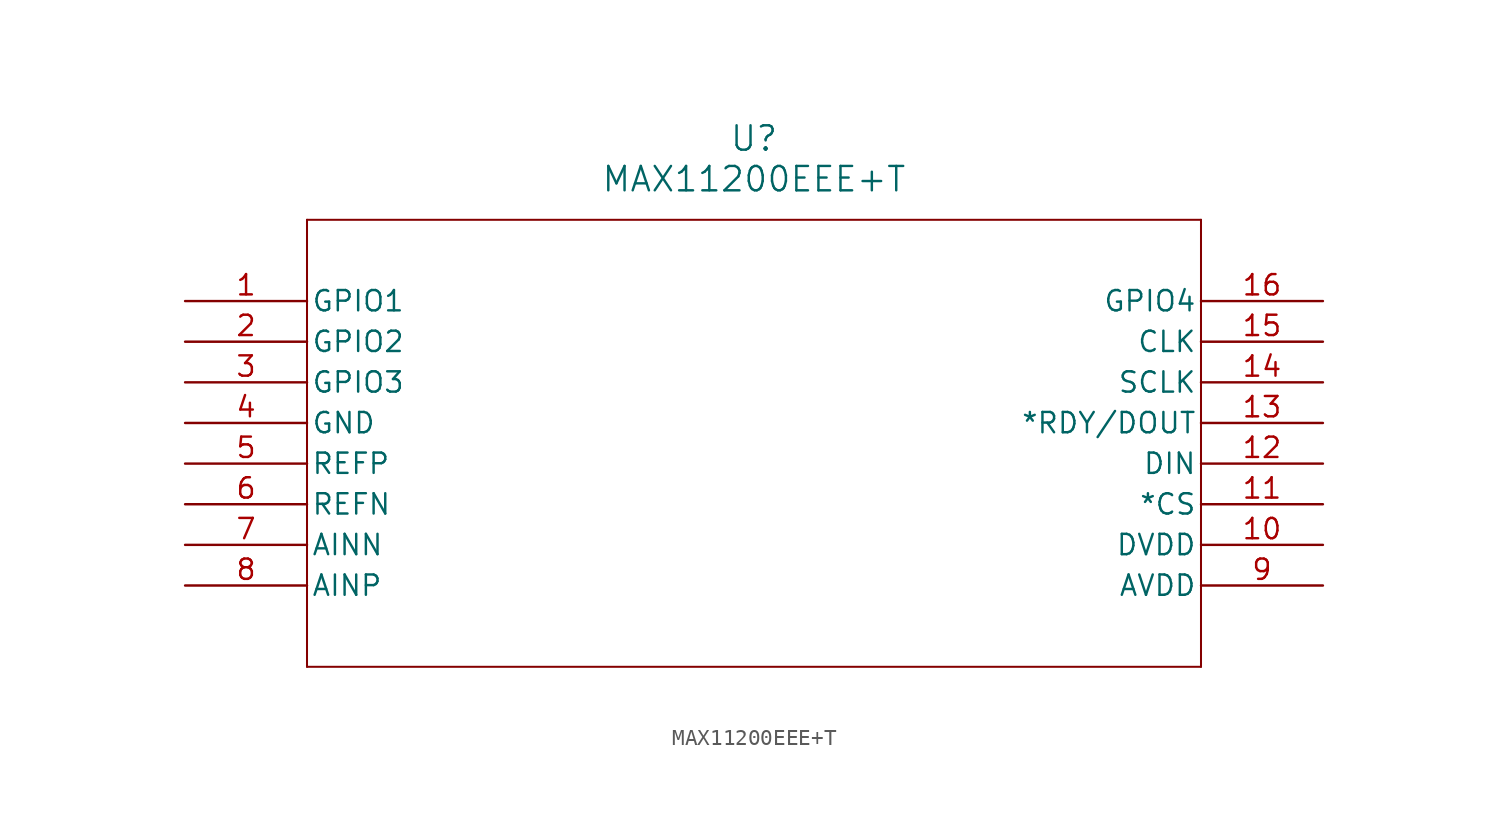
<source format=kicad_sym>
(kicad_symbol_lib
  (version 20211014)
  (generator kicad_symbol_editor)
  (symbol "MAX11200EEE+T"
    (pin_names
      (offset 0.254))
    (property "Reference" "U"
      (at 35.56 10.16 0)
      (effects (font (size 1.524 1.524))))
    (property "Value" "MAX11200EEE+T"
      (at 35.56 7.62 0)
      (effects (font (size 1.524 1.524))))
    (symbol "MAX11200EEE+T_0_1"
      (polyline (pts (xy 7.62 5.08) (xy 7.62 -22.86)) (stroke (width 0.127) (type default) (color 0 0 0 0)) (fill (type none)))
      (polyline (pts (xy 7.62 -22.86) (xy 63.5 -22.86)) (stroke (width 0.127) (type default) (color 0 0 0 0)) (fill (type none)))
      (polyline (pts (xy 63.5 -22.86) (xy 63.5 5.08)) (stroke (width 0.127) (type default) (color 0 0 0 0)) (fill (type none)))
      (polyline (pts (xy 63.5 5.08) (xy 7.62 5.08)) (stroke (width 0.127) (type default) (color 0 0 0 0)) (fill (type none)))
      (pin bidirectional line (at 0 0 0) (length 7.62) (name "GPIO1" (effects (font (size 1.27 1.27)))) (number "1" (effects (font (size 1.27 1.27)))))
      (pin bidirectional line (at 0 -2.54 0) (length 7.62) (name "GPIO2" (effects (font (size 1.27 1.27)))) (number "2" (effects (font (size 1.27 1.27)))))
      (pin bidirectional line (at 0 -5.08 0) (length 7.62) (name "GPIO3" (effects (font (size 1.27 1.27)))) (number "3" (effects (font (size 1.27 1.27)))))
      (pin power_in line (at 0 -7.62 0) (length 7.62) (name "GND" (effects (font (size 1.27 1.27)))) (number "4" (effects (font (size 1.27 1.27)))))
      (pin bidirectional line (at 0 -10.16 0) (length 7.62) (name "REFP" (effects (font (size 1.27 1.27)))) (number "5" (effects (font (size 1.27 1.27)))))
      (pin bidirectional line (at 0 -12.7 0) (length 7.62) (name "REFN" (effects (font (size 1.27 1.27)))) (number "6" (effects (font (size 1.27 1.27)))))
      (pin bidirectional line (at 0 -15.24 0) (length 7.62) (name "AINN" (effects (font (size 1.27 1.27)))) (number "7" (effects (font (size 1.27 1.27)))))
      (pin bidirectional line (at 0 -17.78 0) (length 7.62) (name "AINP" (effects (font (size 1.27 1.27)))) (number "8" (effects (font (size 1.27 1.27)))))
      (pin power_in line (at 71.12 -17.78 180) (length 7.62) (name "AVDD" (effects (font (size 1.27 1.27)))) (number "9" (effects (font (size 1.27 1.27)))))
      (pin power_in line (at 71.12 -15.24 180) (length 7.62) (name "DVDD" (effects (font (size 1.27 1.27)))) (number "10" (effects (font (size 1.27 1.27)))))
      (pin bidirectional line (at 71.12 -12.7 180) (length 7.62) (name "*CS" (effects (font (size 1.27 1.27)))) (number "11" (effects (font (size 1.27 1.27)))))
      (pin bidirectional line (at 71.12 -10.16 180) (length 7.62) (name "DIN" (effects (font (size 1.27 1.27)))) (number "12" (effects (font (size 1.27 1.27)))))
      (pin bidirectional line (at 71.12 -7.62 180) (length 7.62) (name "*RDY/DOUT" (effects (font (size 1.27 1.27)))) (number "13" (effects (font (size 1.27 1.27)))))
      (pin bidirectional line (at 71.12 -5.08 180) (length 7.62) (name "SCLK" (effects (font (size 1.27 1.27)))) (number "14" (effects (font (size 1.27 1.27)))))
      (pin bidirectional line (at 71.12 -2.54 180) (length 7.62) (name "CLK" (effects (font (size 1.27 1.27)))) (number "15" (effects (font (size 1.27 1.27)))))
      (pin bidirectional line (at 71.12 0 180) (length 7.62) (name "GPIO4" (effects (font (size 1.27 1.27)))) (number "16" (effects (font (size 1.27 1.27))))))))
</source>
